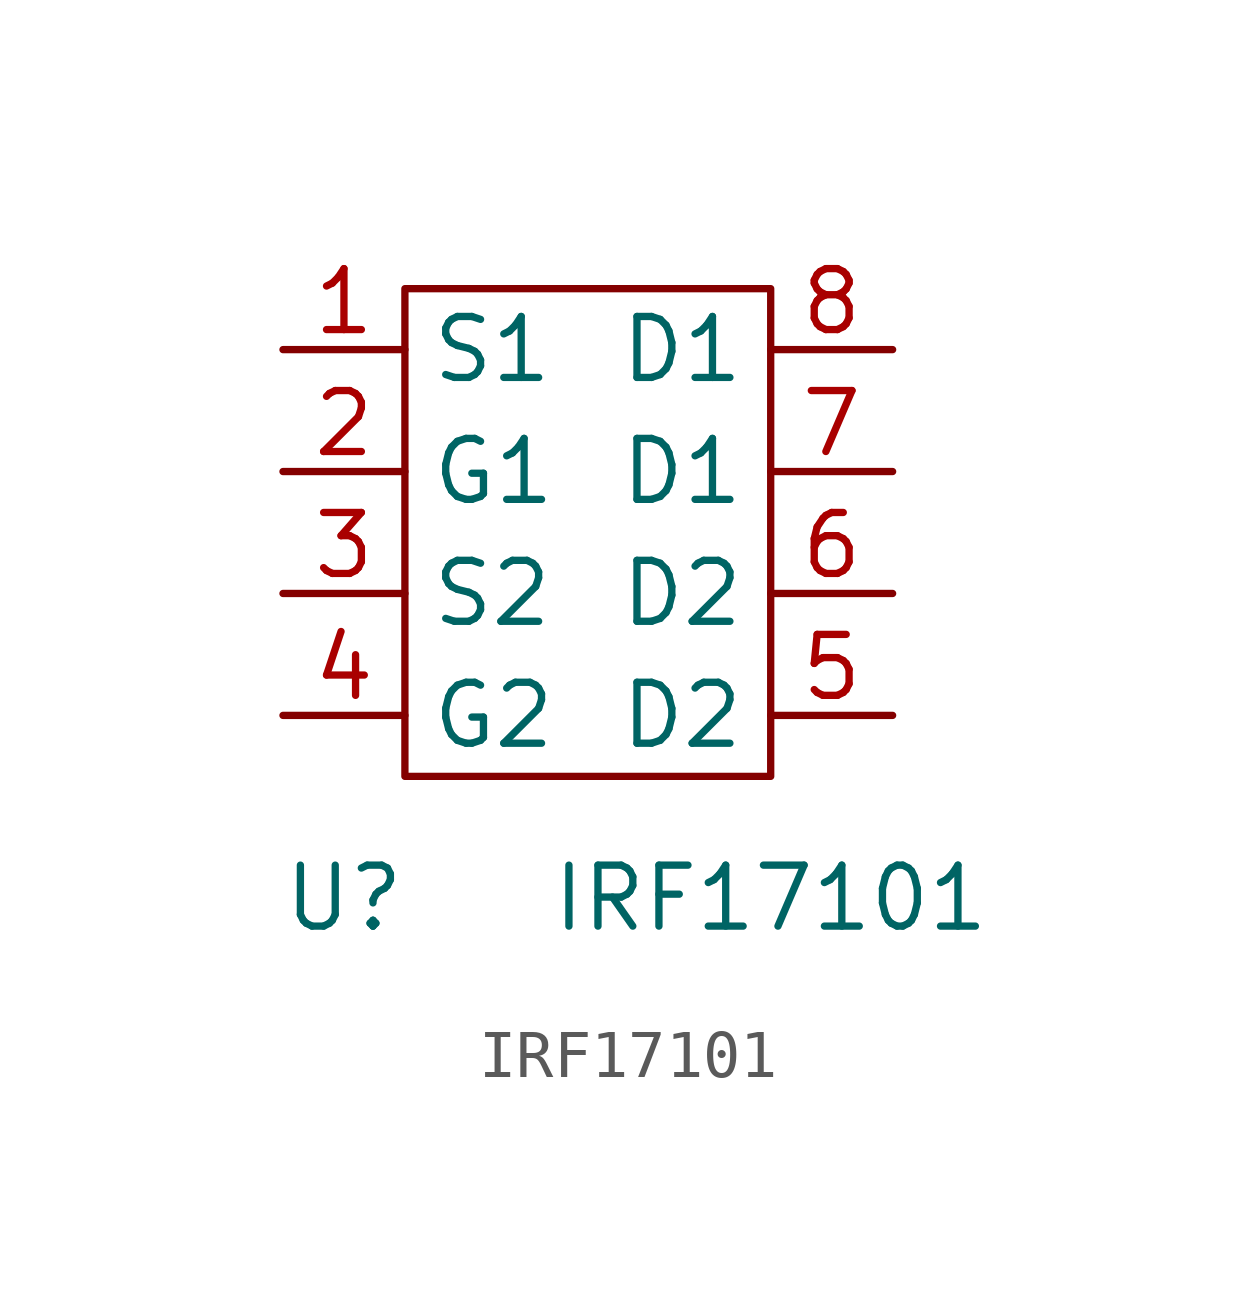
<source format=kicad_sym>
(kicad_symbol_lib
  (version 20211014)
  (generator kicad_symbol_editor)
  (symbol "IRF17101"
    (property "Reference" "U"
      (at -5.08 -7.62 0)
      (effects (font (size 1.27 1.27))))
    (property "Value" "IRF17101"
      (at 3.81 -7.62 0)
      (effects (font (size 1.27 1.27))))
    (symbol "IRF17101_0_1"
      (rectangle (start -3.81 5.08) (end 3.81 -5.08) (stroke (width 0) (type default) (color 0 0 0 0)) (fill (type none))))
    (symbol "IRF17101_1_1"
      (pin input line (at -6.35 3.81 0) (length 2.54) (name "S1" (effects (font (size 1.27 1.27)))) (number "1" (effects (font (size 1.27 1.27)))))
      (pin input line (at -6.35 1.27 0) (length 2.54) (name "G1" (effects (font (size 1.27 1.27)))) (number "2" (effects (font (size 1.27 1.27)))))
      (pin input line (at -6.35 -1.27 0) (length 2.54) (name "S2" (effects (font (size 1.27 1.27)))) (number "3" (effects (font (size 1.27 1.27)))))
      (pin input line (at -6.35 -3.81 0) (length 2.54) (name "G2" (effects (font (size 1.27 1.27)))) (number "4" (effects (font (size 1.27 1.27)))))
      (pin input line (at 6.35 -3.81 180) (length 2.54) (name "D2" (effects (font (size 1.27 1.27)))) (number "5" (effects (font (size 1.27 1.27)))))
      (pin input line (at 6.35 -1.27 180) (length 2.54) (name "D2" (effects (font (size 1.27 1.27)))) (number "6" (effects (font (size 1.27 1.27)))))
      (pin input line (at 6.35 1.27 180) (length 2.54) (name "D1" (effects (font (size 1.27 1.27)))) (number "7" (effects (font (size 1.27 1.27)))))
      (pin input line (at 6.35 3.81 180) (length 2.54) (name "D1" (effects (font (size 1.27 1.27)))) (number "8" (effects (font (size 1.27 1.27))))))))
</source>
